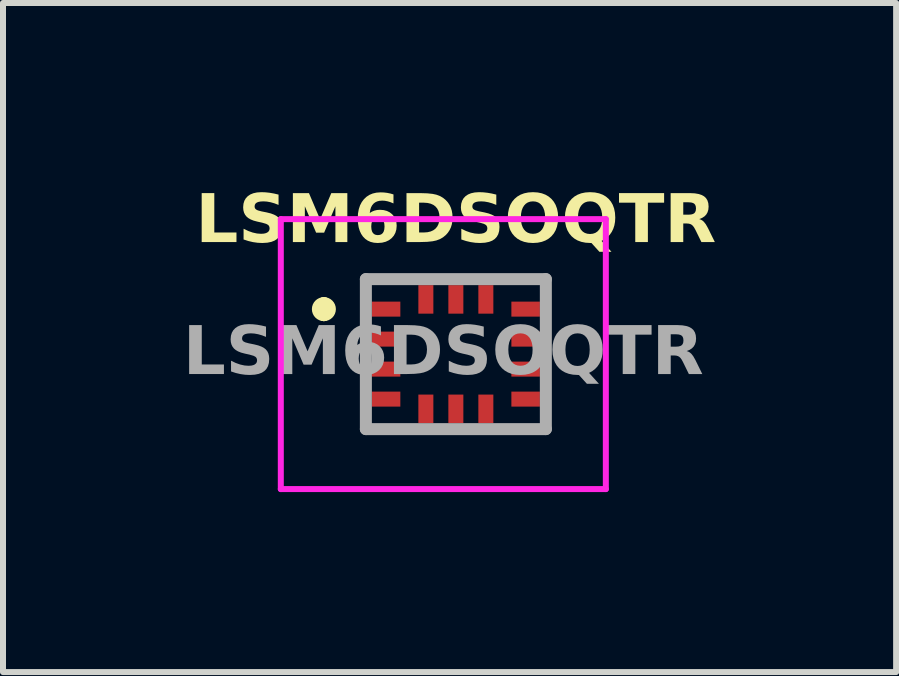
<source format=kicad_pcb>
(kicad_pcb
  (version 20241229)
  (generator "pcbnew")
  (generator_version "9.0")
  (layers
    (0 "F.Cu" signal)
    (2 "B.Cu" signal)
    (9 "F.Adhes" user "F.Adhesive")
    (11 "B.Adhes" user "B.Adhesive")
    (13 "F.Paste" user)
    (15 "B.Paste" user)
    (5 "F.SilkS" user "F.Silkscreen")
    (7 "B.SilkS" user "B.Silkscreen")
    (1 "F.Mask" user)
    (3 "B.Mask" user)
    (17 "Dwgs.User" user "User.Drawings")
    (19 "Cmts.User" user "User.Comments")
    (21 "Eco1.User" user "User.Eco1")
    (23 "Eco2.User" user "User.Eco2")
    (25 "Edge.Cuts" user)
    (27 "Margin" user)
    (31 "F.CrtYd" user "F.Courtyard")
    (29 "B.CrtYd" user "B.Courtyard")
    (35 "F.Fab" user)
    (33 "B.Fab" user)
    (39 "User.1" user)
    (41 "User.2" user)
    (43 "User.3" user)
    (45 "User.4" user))
  (footprint "LSM6DSOQTR"
    (layer "F.Cu")
    (at 4.549 2.853)
    (property "Reference" "LSM6DSOQTR" (at 0 -2.2 0) (layer "F.SilkS") (effects (font (face "JetBrains Mono SemiBold") (size 0.8 0.8) (thickness 0.1))))
    (attr smd)
    (fp_line (start -2.2 -0.85) (end -2.2 -0.85) (stroke (width 0.2) (type solid)) (layer "F.SilkS"))
    (fp_line (start -2.2 -0.65) (end -2.2 -0.65) (stroke (width 0.2) (type solid)) (layer "F.SilkS"))
    (fp_arc (start -2.2 -0.85) (mid -2.1 -0.75) (end -2.2 -0.65) (stroke (width 0.2) (type solid)) (layer "F.SilkS"))
    (fp_arc (start -2.2 -0.65) (mid -2.3 -0.75) (end -2.2 -0.85) (stroke (width 0.2) (type solid)) (layer "F.SilkS"))
    (fp_line (start -2.918 -2.25) (end 2.5 -2.25) (stroke (width 0.1) (type solid)) (layer "F.CrtYd"))
    (fp_line (start -2.918 2.25) (end -2.918 -2.25) (stroke (width 0.1) (type solid)) (layer "F.CrtYd"))
    (fp_line (start 2.5 -2.25) (end 2.5 2.25) (stroke (width 0.1) (type solid)) (layer "F.CrtYd"))
    (fp_line (start 2.5 2.25) (end -2.918 2.25) (stroke (width 0.1) (type solid)) (layer "F.CrtYd"))
    (fp_line (start -1.5 -1.25) (end 1.5 -1.25) (stroke (width 0.2) (type solid)) (layer "F.Fab"))
    (fp_line (start -1.5 1.25) (end -1.5 -1.25) (stroke (width 0.2) (type solid)) (layer "F.Fab"))
    (fp_line (start 1.5 -1.25) (end 1.5 1.25) (stroke (width 0.2) (type solid)) (layer "F.Fab"))
    (fp_line (start 1.5 1.25) (end -1.5 1.25) (stroke (width 0.2) (type solid)) (layer "F.Fab"))
    (fp_text user "${REFERENCE}" (at -0.209 0 0) (layer "F.Fab") (effects (font (face "JetBrains Mono SemiBold") (size 0.8 0.8) (thickness 0.1))))
    (pad "1" smd rect (at -1.163 -0.75 90) (size 0.25 0.475) (layers "F.Cu" "F.Mask" "F.Paste"))
    (pad "2" smd rect (at -1.163 -0.25 90) (size 0.25 0.475) (layers "F.Cu" "F.Mask" "F.Paste"))
    (pad "3" smd rect (at -1.163 0.25 90) (size 0.25 0.475) (layers "F.Cu" "F.Mask" "F.Paste"))
    (pad "4" smd rect (at -1.163 0.75 90) (size 0.25 0.475) (layers "F.Cu" "F.Mask" "F.Paste"))
    (pad "5" smd rect (at -0.5 0.912) (size 0.25 0.475) (layers "F.Cu" "F.Mask" "F.Paste"))
    (pad "6" smd rect (at 0 0.912) (size 0.25 0.475) (layers "F.Cu" "F.Mask" "F.Paste"))
    (pad "7" smd rect (at 0.5 0.912) (size 0.25 0.475) (layers "F.Cu" "F.Mask" "F.Paste"))
    (pad "8" smd rect (at 1.163 0.75 90) (size 0.25 0.475) (layers "F.Cu" "F.Mask" "F.Paste"))
    (pad "9" smd rect (at 1.163 0.25 90) (size 0.25 0.475) (layers "F.Cu" "F.Mask" "F.Paste"))
    (pad "10" smd rect (at 1.163 -0.25 90) (size 0.25 0.475) (layers "F.Cu" "F.Mask" "F.Paste"))
    (pad "11" smd rect (at 1.163 -0.75 90) (size 0.25 0.475) (layers "F.Cu" "F.Mask" "F.Paste"))
    (pad "12" smd rect (at 0.5 -0.912) (size 0.25 0.475) (layers "F.Cu" "F.Mask" "F.Paste"))
    (pad "13" smd rect (at 0 -0.912) (size 0.25 0.475) (layers "F.Cu" "F.Mask" "F.Paste"))
    (pad "14" smd rect (at -0.5 -0.912) (size 0.25 0.475) (layers "F.Cu" "F.Mask" "F.Paste")))
  (gr_rect
    (start -3 -3)
    (end 11.888 8.153)
    (stroke (width 0.1) (type default))
    (fill no)
    (layer "Edge.Cuts")))
</source>
